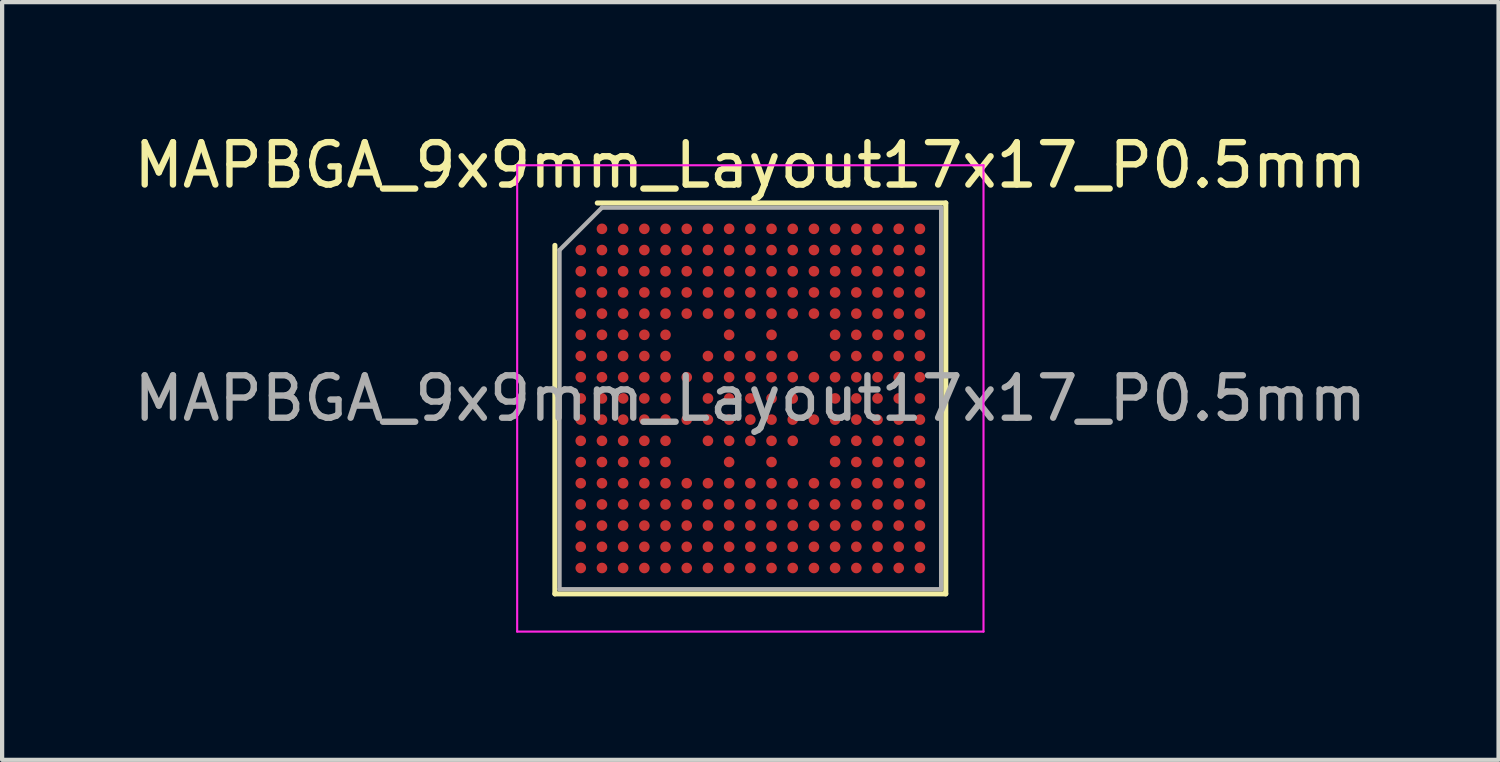
<source format=kicad_pcb>
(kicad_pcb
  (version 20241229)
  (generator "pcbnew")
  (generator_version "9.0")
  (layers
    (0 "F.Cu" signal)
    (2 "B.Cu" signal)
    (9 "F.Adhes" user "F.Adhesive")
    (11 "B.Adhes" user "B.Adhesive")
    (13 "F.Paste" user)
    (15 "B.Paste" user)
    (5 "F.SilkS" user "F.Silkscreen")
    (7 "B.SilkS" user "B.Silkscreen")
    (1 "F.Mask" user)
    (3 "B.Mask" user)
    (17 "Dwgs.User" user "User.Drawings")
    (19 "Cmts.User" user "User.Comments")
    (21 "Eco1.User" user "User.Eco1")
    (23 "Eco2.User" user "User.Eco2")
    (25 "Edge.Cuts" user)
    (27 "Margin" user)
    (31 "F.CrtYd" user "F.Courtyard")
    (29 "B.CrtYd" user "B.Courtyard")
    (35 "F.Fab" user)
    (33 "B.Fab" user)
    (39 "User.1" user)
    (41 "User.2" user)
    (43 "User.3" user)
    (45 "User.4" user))
  (footprint "MAPBGA_9x9mm_Layout17x17_P0.5mm"
    (layer "F.Cu")
    (at 14.649 6.348)
    (property "Reference" "MAPBGA_9x9mm_Layout17x17_P0.5mm" (at 0 -5.5 0) (layer "F.SilkS") (effects (font (size 1 1) (thickness 0.15))))
    (attr smd)
    (fp_line (start -4.61 4.61) (end -4.61 -3.61) (stroke (width 0.12) (type solid)) (layer "F.SilkS"))
    (fp_line (start -3.61 -4.61) (end 4.61 -4.61) (stroke (width 0.12) (type solid)) (layer "F.SilkS"))
    (fp_line (start 4.61 -4.61) (end 4.61 4.61) (stroke (width 0.12) (type solid)) (layer "F.SilkS"))
    (fp_line (start 4.61 4.61) (end -4.61 4.61) (stroke (width 0.12) (type solid)) (layer "F.SilkS"))
    (fp_line (start -5.5 -5.5) (end -5.5 5.5) (stroke (width 0.05) (type solid)) (layer "F.CrtYd"))
    (fp_line (start -5.5 5.5) (end 5.5 5.5) (stroke (width 0.05) (type solid)) (layer "F.CrtYd"))
    (fp_line (start 5.5 -5.5) (end -5.5 -5.5) (stroke (width 0.05) (type solid)) (layer "F.CrtYd"))
    (fp_line (start 5.5 5.5) (end 5.5 -5.5) (stroke (width 0.05) (type solid)) (layer "F.CrtYd"))
    (fp_line (start -4.5 -3.5) (end -3.5 -4.5) (stroke (width 0.1) (type solid)) (layer "F.Fab"))
    (fp_line (start -4.5 4.5) (end -4.5 -3.5) (stroke (width 0.1) (type solid)) (layer "F.Fab"))
    (fp_line (start -3.5 -4.5) (end 4.5 -4.5) (stroke (width 0.1) (type solid)) (layer "F.Fab"))
    (fp_line (start 4.5 -4.5) (end 4.5 4.5) (stroke (width 0.1) (type solid)) (layer "F.Fab"))
    (fp_line (start 4.5 4.5) (end -4.5 4.5) (stroke (width 0.1) (type solid)) (layer "F.Fab"))
    (fp_text user "${REFERENCE}" (at 0 0 0) (layer "F.Fab") (effects (font (size 1 1) (thickness 0.15))))
    (pad "A2" smd circle (at -3.5 -4) (size 0.25 0.25) (layers "F.Cu" "F.Mask" "F.Paste"))
    (pad "A3" smd circle (at -3 -4) (size 0.25 0.25) (layers "F.Cu" "F.Mask" "F.Paste"))
    (pad "A4" smd circle (at -2.5 -4) (size 0.25 0.25) (layers "F.Cu" "F.Mask" "F.Paste"))
    (pad "A5" smd circle (at -2 -4) (size 0.25 0.25) (layers "F.Cu" "F.Mask" "F.Paste"))
    (pad "A6" smd circle (at -1.5 -4) (size 0.25 0.25) (layers "F.Cu" "F.Mask" "F.Paste"))
    (pad "A7" smd circle (at -1 -4) (size 0.25 0.25) (layers "F.Cu" "F.Mask" "F.Paste"))
    (pad "A8" smd circle (at -0.5 -4) (size 0.25 0.25) (layers "F.Cu" "F.Mask" "F.Paste"))
    (pad "A9" smd circle (at 0 -4) (size 0.25 0.25) (layers "F.Cu" "F.Mask" "F.Paste"))
    (pad "A10" smd circle (at 0.5 -4) (size 0.25 0.25) (layers "F.Cu" "F.Mask" "F.Paste"))
    (pad "A11" smd circle (at 1 -4) (size 0.25 0.25) (layers "F.Cu" "F.Mask" "F.Paste"))
    (pad "A12" smd circle (at 1.5 -4) (size 0.25 0.25) (layers "F.Cu" "F.Mask" "F.Paste"))
    (pad "A13" smd circle (at 2 -4) (size 0.25 0.25) (layers "F.Cu" "F.Mask" "F.Paste"))
    (pad "A14" smd circle (at 2.5 -4) (size 0.25 0.25) (layers "F.Cu" "F.Mask" "F.Paste"))
    (pad "A15" smd circle (at 3 -4) (size 0.25 0.25) (layers "F.Cu" "F.Mask" "F.Paste"))
    (pad "A16" smd circle (at 3.5 -4) (size 0.25 0.25) (layers "F.Cu" "F.Mask" "F.Paste"))
    (pad "A17" smd circle (at 4 -4) (size 0.25 0.25) (layers "F.Cu" "F.Mask" "F.Paste"))
    (pad "B1" smd circle (at -4 -3.5) (size 0.25 0.25) (layers "F.Cu" "F.Mask" "F.Paste"))
    (pad "B2" smd circle (at -3.5 -3.5) (size 0.25 0.25) (layers "F.Cu" "F.Mask" "F.Paste"))
    (pad "B3" smd circle (at -3 -3.5) (size 0.25 0.25) (layers "F.Cu" "F.Mask" "F.Paste"))
    (pad "B4" smd circle (at -2.5 -3.5) (size 0.25 0.25) (layers "F.Cu" "F.Mask" "F.Paste"))
    (pad "B5" smd circle (at -2 -3.5) (size 0.25 0.25) (layers "F.Cu" "F.Mask" "F.Paste"))
    (pad "B6" smd circle (at -1.5 -3.5) (size 0.25 0.25) (layers "F.Cu" "F.Mask" "F.Paste"))
    (pad "B7" smd circle (at -1 -3.5) (size 0.25 0.25) (layers "F.Cu" "F.Mask" "F.Paste"))
    (pad "B8" smd circle (at -0.5 -3.5) (size 0.25 0.25) (layers "F.Cu" "F.Mask" "F.Paste"))
    (pad "B9" smd circle (at 0 -3.5) (size 0.25 0.25) (layers "F.Cu" "F.Mask" "F.Paste"))
    (pad "B10" smd circle (at 0.5 -3.5) (size 0.25 0.25) (layers "F.Cu" "F.Mask" "F.Paste"))
    (pad "B11" smd circle (at 1 -3.5) (size 0.25 0.25) (layers "F.Cu" "F.Mask" "F.Paste"))
    (pad "B12" smd circle (at 1.5 -3.5) (size 0.25 0.25) (layers "F.Cu" "F.Mask" "F.Paste"))
    (pad "B13" smd circle (at 2 -3.5) (size 0.25 0.25) (layers "F.Cu" "F.Mask" "F.Paste"))
    (pad "B14" smd circle (at 2.5 -3.5) (size 0.25 0.25) (layers "F.Cu" "F.Mask" "F.Paste"))
    (pad "B15" smd circle (at 3 -3.5) (size 0.25 0.25) (layers "F.Cu" "F.Mask" "F.Paste"))
    (pad "B16" smd circle (at 3.5 -3.5) (size 0.25 0.25) (layers "F.Cu" "F.Mask" "F.Paste"))
    (pad "B17" smd circle (at 4 -3.5) (size 0.25 0.25) (layers "F.Cu" "F.Mask" "F.Paste"))
    (pad "C1" smd circle (at -4 -3) (size 0.25 0.25) (layers "F.Cu" "F.Mask" "F.Paste"))
    (pad "C2" smd circle (at -3.5 -3) (size 0.25 0.25) (layers "F.Cu" "F.Mask" "F.Paste"))
    (pad "C3" smd circle (at -3 -3) (size 0.25 0.25) (layers "F.Cu" "F.Mask" "F.Paste"))
    (pad "C4" smd circle (at -2.5 -3) (size 0.25 0.25) (layers "F.Cu" "F.Mask" "F.Paste"))
    (pad "C5" smd circle (at -2 -3) (size 0.25 0.25) (layers "F.Cu" "F.Mask" "F.Paste"))
    (pad "C6" smd circle (at -1.5 -3) (size 0.25 0.25) (layers "F.Cu" "F.Mask" "F.Paste"))
    (pad "C7" smd circle (at -1 -3) (size 0.25 0.25) (layers "F.Cu" "F.Mask" "F.Paste"))
    (pad "C8" smd circle (at -0.5 -3) (size 0.25 0.25) (layers "F.Cu" "F.Mask" "F.Paste"))
    (pad "C9" smd circle (at 0 -3) (size 0.25 0.25) (layers "F.Cu" "F.Mask" "F.Paste"))
    (pad "C10" smd circle (at 0.5 -3) (size 0.25 0.25) (layers "F.Cu" "F.Mask" "F.Paste"))
    (pad "C11" smd circle (at 1 -3) (size 0.25 0.25) (layers "F.Cu" "F.Mask" "F.Paste"))
    (pad "C12" smd circle (at 1.5 -3) (size 0.25 0.25) (layers "F.Cu" "F.Mask" "F.Paste"))
    (pad "C13" smd circle (at 2 -3) (size 0.25 0.25) (layers "F.Cu" "F.Mask" "F.Paste"))
    (pad "C14" smd circle (at 2.5 -3) (size 0.25 0.25) (layers "F.Cu" "F.Mask" "F.Paste"))
    (pad "C15" smd circle (at 3 -3) (size 0.25 0.25) (layers "F.Cu" "F.Mask" "F.Paste"))
    (pad "C16" smd circle (at 3.5 -3) (size 0.25 0.25) (layers "F.Cu" "F.Mask" "F.Paste"))
    (pad "C17" smd circle (at 4 -3) (size 0.25 0.25) (layers "F.Cu" "F.Mask" "F.Paste"))
    (pad "D1" smd circle (at -4 -2.5) (size 0.25 0.25) (layers "F.Cu" "F.Mask" "F.Paste"))
    (pad "D2" smd circle (at -3.5 -2.5) (size 0.25 0.25) (layers "F.Cu" "F.Mask" "F.Paste"))
    (pad "D3" smd circle (at -3 -2.5) (size 0.25 0.25) (layers "F.Cu" "F.Mask" "F.Paste"))
    (pad "D4" smd circle (at -2.5 -2.5) (size 0.25 0.25) (layers "F.Cu" "F.Mask" "F.Paste"))
    (pad "D5" smd circle (at -2 -2.5) (size 0.25 0.25) (layers "F.Cu" "F.Mask" "F.Paste"))
    (pad "D6" smd circle (at -1.5 -2.5) (size 0.25 0.25) (layers "F.Cu" "F.Mask" "F.Paste"))
    (pad "D7" smd circle (at -1 -2.5) (size 0.25 0.25) (layers "F.Cu" "F.Mask" "F.Paste"))
    (pad "D8" smd circle (at -0.5 -2.5) (size 0.25 0.25) (layers "F.Cu" "F.Mask" "F.Paste"))
    (pad "D9" smd circle (at 0 -2.5) (size 0.25 0.25) (layers "F.Cu" "F.Mask" "F.Paste"))
    (pad "D10" smd circle (at 0.5 -2.5) (size 0.25 0.25) (layers "F.Cu" "F.Mask" "F.Paste"))
    (pad "D11" smd circle (at 1 -2.5) (size 0.25 0.25) (layers "F.Cu" "F.Mask" "F.Paste"))
    (pad "D12" smd circle (at 1.5 -2.5) (size 0.25 0.25) (layers "F.Cu" "F.Mask" "F.Paste"))
    (pad "D13" smd circle (at 2 -2.5) (size 0.25 0.25) (layers "F.Cu" "F.Mask" "F.Paste"))
    (pad "D14" smd circle (at 2.5 -2.5) (size 0.25 0.25) (layers "F.Cu" "F.Mask" "F.Paste"))
    (pad "D15" smd circle (at 3 -2.5) (size 0.25 0.25) (layers "F.Cu" "F.Mask" "F.Paste"))
    (pad "D16" smd circle (at 3.5 -2.5) (size 0.25 0.25) (layers "F.Cu" "F.Mask" "F.Paste"))
    (pad "D17" smd circle (at 4 -2.5) (size 0.25 0.25) (layers "F.Cu" "F.Mask" "F.Paste"))
    (pad "E1" smd circle (at -4 -2) (size 0.25 0.25) (layers "F.Cu" "F.Mask" "F.Paste"))
    (pad "E2" smd circle (at -3.5 -2) (size 0.25 0.25) (layers "F.Cu" "F.Mask" "F.Paste"))
    (pad "E3" smd circle (at -3 -2) (size 0.25 0.25) (layers "F.Cu" "F.Mask" "F.Paste"))
    (pad "E4" smd circle (at -2.5 -2) (size 0.25 0.25) (layers "F.Cu" "F.Mask" "F.Paste"))
    (pad "E5" smd circle (at -2 -2) (size 0.25 0.25) (layers "F.Cu" "F.Mask" "F.Paste"))
    (pad "E6" smd circle (at -1.5 -2) (size 0.25 0.25) (layers "F.Cu" "F.Mask" "F.Paste"))
    (pad "E7" smd circle (at -1 -2) (size 0.25 0.25) (layers "F.Cu" "F.Mask" "F.Paste"))
    (pad "E8" smd circle (at -0.5 -2) (size 0.25 0.25) (layers "F.Cu" "F.Mask" "F.Paste"))
    (pad "E9" smd circle (at 0 -2) (size 0.25 0.25) (layers "F.Cu" "F.Mask" "F.Paste"))
    (pad "E10" smd circle (at 0.5 -2) (size 0.25 0.25) (layers "F.Cu" "F.Mask" "F.Paste"))
    (pad "E11" smd circle (at 1 -2) (size 0.25 0.25) (layers "F.Cu" "F.Mask" "F.Paste"))
    (pad "E12" smd circle (at 1.5 -2) (size 0.25 0.25) (layers "F.Cu" "F.Mask" "F.Paste"))
    (pad "E13" smd circle (at 2 -2) (size 0.25 0.25) (layers "F.Cu" "F.Mask" "F.Paste"))
    (pad "E14" smd circle (at 2.5 -2) (size 0.25 0.25) (layers "F.Cu" "F.Mask" "F.Paste"))
    (pad "E15" smd circle (at 3 -2) (size 0.25 0.25) (layers "F.Cu" "F.Mask" "F.Paste"))
    (pad "E16" smd circle (at 3.5 -2) (size 0.25 0.25) (layers "F.Cu" "F.Mask" "F.Paste"))
    (pad "E17" smd circle (at 4 -2) (size 0.25 0.25) (layers "F.Cu" "F.Mask" "F.Paste"))
    (pad "F1" smd circle (at -4 -1.5) (size 0.25 0.25) (layers "F.Cu" "F.Mask" "F.Paste"))
    (pad "F2" smd circle (at -3.5 -1.5) (size 0.25 0.25) (layers "F.Cu" "F.Mask" "F.Paste"))
    (pad "F3" smd circle (at -3 -1.5) (size 0.25 0.25) (layers "F.Cu" "F.Mask" "F.Paste"))
    (pad "F4" smd circle (at -2.5 -1.5) (size 0.25 0.25) (layers "F.Cu" "F.Mask" "F.Paste"))
    (pad "F5" smd circle (at -2 -1.5) (size 0.25 0.25) (layers "F.Cu" "F.Mask" "F.Paste"))
    (pad "F8" smd circle (at -0.5 -1.5) (size 0.25 0.25) (layers "F.Cu" "F.Mask" "F.Paste"))
    (pad "F10" smd circle (at 0.5 -1.5) (size 0.25 0.25) (layers "F.Cu" "F.Mask" "F.Paste"))
    (pad "F13" smd circle (at 2 -1.5) (size 0.25 0.25) (layers "F.Cu" "F.Mask" "F.Paste"))
    (pad "F14" smd circle (at 2.5 -1.5) (size 0.25 0.25) (layers "F.Cu" "F.Mask" "F.Paste"))
    (pad "F15" smd circle (at 3 -1.5) (size 0.25 0.25) (layers "F.Cu" "F.Mask" "F.Paste"))
    (pad "F16" smd circle (at 3.5 -1.5) (size 0.25 0.25) (layers "F.Cu" "F.Mask" "F.Paste"))
    (pad "F17" smd circle (at 4 -1.5) (size 0.25 0.25) (layers "F.Cu" "F.Mask" "F.Paste"))
    (pad "G1" smd circle (at -4 -1) (size 0.25 0.25) (layers "F.Cu" "F.Mask" "F.Paste"))
    (pad "G2" smd circle (at -3.5 -1) (size 0.25 0.25) (layers "F.Cu" "F.Mask" "F.Paste"))
    (pad "G3" smd circle (at -3 -1) (size 0.25 0.25) (layers "F.Cu" "F.Mask" "F.Paste"))
    (pad "G4" smd circle (at -2.5 -1) (size 0.25 0.25) (layers "F.Cu" "F.Mask" "F.Paste"))
    (pad "G5" smd circle (at -2 -1) (size 0.25 0.25) (layers "F.Cu" "F.Mask" "F.Paste"))
    (pad "G7" smd circle (at -1 -1) (size 0.25 0.25) (layers "F.Cu" "F.Mask" "F.Paste"))
    (pad "G8" smd circle (at -0.5 -1) (size 0.25 0.25) (layers "F.Cu" "F.Mask" "F.Paste"))
    (pad "G9" smd circle (at 0 -1) (size 0.25 0.25) (layers "F.Cu" "F.Mask" "F.Paste"))
    (pad "G10" smd circle (at 0.5 -1) (size 0.25 0.25) (layers "F.Cu" "F.Mask" "F.Paste"))
    (pad "G11" smd circle (at 1 -1) (size 0.25 0.25) (layers "F.Cu" "F.Mask" "F.Paste"))
    (pad "G13" smd circle (at 2 -1) (size 0.25 0.25) (layers "F.Cu" "F.Mask" "F.Paste"))
    (pad "G14" smd circle (at 2.5 -1) (size 0.25 0.25) (layers "F.Cu" "F.Mask" "F.Paste"))
    (pad "G15" smd circle (at 3 -1) (size 0.25 0.25) (layers "F.Cu" "F.Mask" "F.Paste"))
    (pad "G16" smd circle (at 3.5 -1) (size 0.25 0.25) (layers "F.Cu" "F.Mask" "F.Paste"))
    (pad "G17" smd circle (at 4 -1) (size 0.25 0.25) (layers "F.Cu" "F.Mask" "F.Paste"))
    (pad "H1" smd circle (at -4 -0.5) (size 0.25 0.25) (layers "F.Cu" "F.Mask" "F.Paste"))
    (pad "H2" smd circle (at -3.5 -0.5) (size 0.25 0.25) (layers "F.Cu" "F.Mask" "F.Paste"))
    (pad "H3" smd circle (at -3 -0.5) (size 0.25 0.25) (layers "F.Cu" "F.Mask" "F.Paste"))
    (pad "H4" smd circle (at -2.5 -0.5) (size 0.25 0.25) (layers "F.Cu" "F.Mask" "F.Paste"))
    (pad "H5" smd circle (at -2 -0.5) (size 0.25 0.25) (layers "F.Cu" "F.Mask" "F.Paste"))
    (pad "H6" smd circle (at -1.5 -0.5) (size 0.25 0.25) (layers "F.Cu" "F.Mask" "F.Paste"))
    (pad "H7" smd circle (at -1 -0.5) (size 0.25 0.25) (layers "F.Cu" "F.Mask" "F.Paste"))
    (pad "H8" smd circle (at -0.5 -0.5) (size 0.25 0.25) (layers "F.Cu" "F.Mask" "F.Paste"))
    (pad "H9" smd circle (at 0 -0.5) (size 0.25 0.25) (layers "F.Cu" "F.Mask" "F.Paste"))
    (pad "H10" smd circle (at 0.5 -0.5) (size 0.25 0.25) (layers "F.Cu" "F.Mask" "F.Paste"))
    (pad "H11" smd circle (at 1 -0.5) (size 0.25 0.25) (layers "F.Cu" "F.Mask" "F.Paste"))
    (pad "H12" smd circle (at 1.5 -0.5) (size 0.25 0.25) (layers "F.Cu" "F.Mask" "F.Paste"))
    (pad "H13" smd circle (at 2 -0.5) (size 0.25 0.25) (layers "F.Cu" "F.Mask" "F.Paste"))
    (pad "H14" smd circle (at 2.5 -0.5) (size 0.25 0.25) (layers "F.Cu" "F.Mask" "F.Paste"))
    (pad "H15" smd circle (at 3 -0.5) (size 0.25 0.25) (layers "F.Cu" "F.Mask" "F.Paste"))
    (pad "H16" smd circle (at 3.5 -0.5) (size 0.25 0.25) (layers "F.Cu" "F.Mask" "F.Paste"))
    (pad "H17" smd circle (at 4 -0.5) (size 0.25 0.25) (layers "F.Cu" "F.Mask" "F.Paste"))
    (pad "J1" smd circle (at -4 0) (size 0.25 0.25) (layers "F.Cu" "F.Mask" "F.Paste"))
    (pad "J2" smd circle (at -3.5 0) (size 0.25 0.25) (layers "F.Cu" "F.Mask" "F.Paste"))
    (pad "J3" smd circle (at -3 0) (size 0.25 0.25) (layers "F.Cu" "F.Mask" "F.Paste"))
    (pad "J4" smd circle (at -2.5 0) (size 0.25 0.25) (layers "F.Cu" "F.Mask" "F.Paste"))
    (pad "J5" smd circle (at -2 0) (size 0.25 0.25) (layers "F.Cu" "F.Mask" "F.Paste"))
    (pad "J7" smd circle (at -1 0) (size 0.25 0.25) (layers "F.Cu" "F.Mask" "F.Paste"))
    (pad "J8" smd circle (at -0.5 0) (size 0.25 0.25) (layers "F.Cu" "F.Mask" "F.Paste"))
    (pad "J9" smd circle (at 0 0) (size 0.25 0.25) (layers "F.Cu" "F.Mask" "F.Paste"))
    (pad "J10" smd circle (at 0.5 0) (size 0.25 0.25) (layers "F.Cu" "F.Mask" "F.Paste"))
    (pad "J11" smd circle (at 1 0) (size 0.25 0.25) (layers "F.Cu" "F.Mask" "F.Paste"))
    (pad "J13" smd circle (at 2 0) (size 0.25 0.25) (layers "F.Cu" "F.Mask" "F.Paste"))
    (pad "J14" smd circle (at 2.5 0) (size 0.25 0.25) (layers "F.Cu" "F.Mask" "F.Paste"))
    (pad "J15" smd circle (at 3 0) (size 0.25 0.25) (layers "F.Cu" "F.Mask" "F.Paste"))
    (pad "J16" smd circle (at 3.5 0) (size 0.25 0.25) (layers "F.Cu" "F.Mask" "F.Paste"))
    (pad "J17" smd circle (at 4 0) (size 0.25 0.25) (layers "F.Cu" "F.Mask" "F.Paste"))
    (pad "K1" smd circle (at -4 0.5) (size 0.25 0.25) (layers "F.Cu" "F.Mask" "F.Paste"))
    (pad "K2" smd circle (at -3.5 0.5) (size 0.25 0.25) (layers "F.Cu" "F.Mask" "F.Paste"))
    (pad "K3" smd circle (at -3 0.5) (size 0.25 0.25) (layers "F.Cu" "F.Mask" "F.Paste"))
    (pad "K4" smd circle (at -2.5 0.5) (size 0.25 0.25) (layers "F.Cu" "F.Mask" "F.Paste"))
    (pad "K5" smd circle (at -2 0.5) (size 0.25 0.25) (layers "F.Cu" "F.Mask" "F.Paste"))
    (pad "K6" smd circle (at -1.5 0.5) (size 0.25 0.25) (layers "F.Cu" "F.Mask" "F.Paste"))
    (pad "K7" smd circle (at -1 0.5) (size 0.25 0.25) (layers "F.Cu" "F.Mask" "F.Paste"))
    (pad "K8" smd circle (at -0.5 0.5) (size 0.25 0.25) (layers "F.Cu" "F.Mask" "F.Paste"))
    (pad "K9" smd circle (at 0 0.5) (size 0.25 0.25) (layers "F.Cu" "F.Mask" "F.Paste"))
    (pad "K10" smd circle (at 0.5 0.5) (size 0.25 0.25) (layers "F.Cu" "F.Mask" "F.Paste"))
    (pad "K11" smd circle (at 1 0.5) (size 0.25 0.25) (layers "F.Cu" "F.Mask" "F.Paste"))
    (pad "K12" smd circle (at 1.5 0.5) (size 0.25 0.25) (layers "F.Cu" "F.Mask" "F.Paste"))
    (pad "K13" smd circle (at 2 0.5) (size 0.25 0.25) (layers "F.Cu" "F.Mask" "F.Paste"))
    (pad "K14" smd circle (at 2.5 0.5) (size 0.25 0.25) (layers "F.Cu" "F.Mask" "F.Paste"))
    (pad "K15" smd circle (at 3 0.5) (size 0.25 0.25) (layers "F.Cu" "F.Mask" "F.Paste"))
    (pad "K16" smd circle (at 3.5 0.5) (size 0.25 0.25) (layers "F.Cu" "F.Mask" "F.Paste"))
    (pad "K17" smd circle (at 4 0.5) (size 0.25 0.25) (layers "F.Cu" "F.Mask" "F.Paste"))
    (pad "L1" smd circle (at -4 1) (size 0.25 0.25) (layers "F.Cu" "F.Mask" "F.Paste"))
    (pad "L2" smd circle (at -3.5 1) (size 0.25 0.25) (layers "F.Cu" "F.Mask" "F.Paste"))
    (pad "L3" smd circle (at -3 1) (size 0.25 0.25) (layers "F.Cu" "F.Mask" "F.Paste"))
    (pad "L4" smd circle (at -2.5 1) (size 0.25 0.25) (layers "F.Cu" "F.Mask" "F.Paste"))
    (pad "L5" smd circle (at -2 1) (size 0.25 0.25) (layers "F.Cu" "F.Mask" "F.Paste"))
    (pad "L7" smd circle (at -1 1) (size 0.25 0.25) (layers "F.Cu" "F.Mask" "F.Paste"))
    (pad "L8" smd circle (at -0.5 1) (size 0.25 0.25) (layers "F.Cu" "F.Mask" "F.Paste"))
    (pad "L9" smd circle (at 0 1) (size 0.25 0.25) (layers "F.Cu" "F.Mask" "F.Paste"))
    (pad "L10" smd circle (at 0.5 1) (size 0.25 0.25) (layers "F.Cu" "F.Mask" "F.Paste"))
    (pad "L11" smd circle (at 1 1) (size 0.25 0.25) (layers "F.Cu" "F.Mask" "F.Paste"))
    (pad "L13" smd circle (at 2 1) (size 0.25 0.25) (layers "F.Cu" "F.Mask" "F.Paste"))
    (pad "L14" smd circle (at 2.5 1) (size 0.25 0.25) (layers "F.Cu" "F.Mask" "F.Paste"))
    (pad "L15" smd circle (at 3 1) (size 0.25 0.25) (layers "F.Cu" "F.Mask" "F.Paste"))
    (pad "L16" smd circle (at 3.5 1) (size 0.25 0.25) (layers "F.Cu" "F.Mask" "F.Paste"))
    (pad "L17" smd circle (at 4 1) (size 0.25 0.25) (layers "F.Cu" "F.Mask" "F.Paste"))
    (pad "M1" smd circle (at -4 1.5) (size 0.25 0.25) (layers "F.Cu" "F.Mask" "F.Paste"))
    (pad "M2" smd circle (at -3.5 1.5) (size 0.25 0.25) (layers "F.Cu" "F.Mask" "F.Paste"))
    (pad "M3" smd circle (at -3 1.5) (size 0.25 0.25) (layers "F.Cu" "F.Mask" "F.Paste"))
    (pad "M4" smd circle (at -2.5 1.5) (size 0.25 0.25) (layers "F.Cu" "F.Mask" "F.Paste"))
    (pad "M5" smd circle (at -2 1.5) (size 0.25 0.25) (layers "F.Cu" "F.Mask" "F.Paste"))
    (pad "M8" smd circle (at -0.5 1.5) (size 0.25 0.25) (layers "F.Cu" "F.Mask" "F.Paste"))
    (pad "M10" smd circle (at 0.5 1.5) (size 0.25 0.25) (layers "F.Cu" "F.Mask" "F.Paste"))
    (pad "M13" smd circle (at 2 1.5) (size 0.25 0.25) (layers "F.Cu" "F.Mask" "F.Paste"))
    (pad "M14" smd circle (at 2.5 1.5) (size 0.25 0.25) (layers "F.Cu" "F.Mask" "F.Paste"))
    (pad "M15" smd circle (at 3 1.5) (size 0.25 0.25) (layers "F.Cu" "F.Mask" "F.Paste"))
    (pad "M16" smd circle (at 3.5 1.5) (size 0.25 0.25) (layers "F.Cu" "F.Mask" "F.Paste"))
    (pad "M17" smd circle (at 4 1.5) (size 0.25 0.25) (layers "F.Cu" "F.Mask" "F.Paste"))
    (pad "N1" smd circle (at -4 2) (size 0.25 0.25) (layers "F.Cu" "F.Mask" "F.Paste"))
    (pad "N2" smd circle (at -3.5 2) (size 0.25 0.25) (layers "F.Cu" "F.Mask" "F.Paste"))
    (pad "N3" smd circle (at -3 2) (size 0.25 0.25) (layers "F.Cu" "F.Mask" "F.Paste"))
    (pad "N4" smd circle (at -2.5 2) (size 0.25 0.25) (layers "F.Cu" "F.Mask" "F.Paste"))
    (pad "N5" smd circle (at -2 2) (size 0.25 0.25) (layers "F.Cu" "F.Mask" "F.Paste"))
    (pad "N6" smd circle (at -1.5 2) (size 0.25 0.25) (layers "F.Cu" "F.Mask" "F.Paste"))
    (pad "N7" smd circle (at -1 2) (size 0.25 0.25) (layers "F.Cu" "F.Mask" "F.Paste"))
    (pad "N8" smd circle (at -0.5 2) (size 0.25 0.25) (layers "F.Cu" "F.Mask" "F.Paste"))
    (pad "N9" smd circle (at 0 2) (size 0.25 0.25) (layers "F.Cu" "F.Mask" "F.Paste"))
    (pad "N10" smd circle (at 0.5 2) (size 0.25 0.25) (layers "F.Cu" "F.Mask" "F.Paste"))
    (pad "N11" smd circle (at 1 2) (size 0.25 0.25) (layers "F.Cu" "F.Mask" "F.Paste"))
    (pad "N12" smd circle (at 1.5 2) (size 0.25 0.25) (layers "F.Cu" "F.Mask" "F.Paste"))
    (pad "N13" smd circle (at 2 2) (size 0.25 0.25) (layers "F.Cu" "F.Mask" "F.Paste"))
    (pad "N14" smd circle (at 2.5 2) (size 0.25 0.25) (layers "F.Cu" "F.Mask" "F.Paste"))
    (pad "N15" smd circle (at 3 2) (size 0.25 0.25) (layers "F.Cu" "F.Mask" "F.Paste"))
    (pad "N16" smd circle (at 3.5 2) (size 0.25 0.25) (layers "F.Cu" "F.Mask" "F.Paste"))
    (pad "N17" smd circle (at 4 2) (size 0.25 0.25) (layers "F.Cu" "F.Mask" "F.Paste"))
    (pad "P1" smd circle (at -4 2.5) (size 0.25 0.25) (layers "F.Cu" "F.Mask" "F.Paste"))
    (pad "P2" smd circle (at -3.5 2.5) (size 0.25 0.25) (layers "F.Cu" "F.Mask" "F.Paste"))
    (pad "P3" smd circle (at -3 2.5) (size 0.25 0.25) (layers "F.Cu" "F.Mask" "F.Paste"))
    (pad "P4" smd circle (at -2.5 2.5) (size 0.25 0.25) (layers "F.Cu" "F.Mask" "F.Paste"))
    (pad "P5" smd circle (at -2 2.5) (size 0.25 0.25) (layers "F.Cu" "F.Mask" "F.Paste"))
    (pad "P6" smd circle (at -1.5 2.5) (size 0.25 0.25) (layers "F.Cu" "F.Mask" "F.Paste"))
    (pad "P7" smd circle (at -1 2.5) (size 0.25 0.25) (layers "F.Cu" "F.Mask" "F.Paste"))
    (pad "P8" smd circle (at -0.5 2.5) (size 0.25 0.25) (layers "F.Cu" "F.Mask" "F.Paste"))
    (pad "P9" smd circle (at 0 2.5) (size 0.25 0.25) (layers "F.Cu" "F.Mask" "F.Paste"))
    (pad "P10" smd circle (at 0.5 2.5) (size 0.25 0.25) (layers "F.Cu" "F.Mask" "F.Paste"))
    (pad "P11" smd circle (at 1 2.5) (size 0.25 0.25) (layers "F.Cu" "F.Mask" "F.Paste"))
    (pad "P12" smd circle (at 1.5 2.5) (size 0.25 0.25) (layers "F.Cu" "F.Mask" "F.Paste"))
    (pad "P13" smd circle (at 2 2.5) (size 0.25 0.25) (layers "F.Cu" "F.Mask" "F.Paste"))
    (pad "P14" smd circle (at 2.5 2.5) (size 0.25 0.25) (layers "F.Cu" "F.Mask" "F.Paste"))
    (pad "P15" smd circle (at 3 2.5) (size 0.25 0.25) (layers "F.Cu" "F.Mask" "F.Paste"))
    (pad "P16" smd circle (at 3.5 2.5) (size 0.25 0.25) (layers "F.Cu" "F.Mask" "F.Paste"))
    (pad "P17" smd circle (at 4 2.5) (size 0.25 0.25) (layers "F.Cu" "F.Mask" "F.Paste"))
    (pad "R1" smd circle (at -4 3) (size 0.25 0.25) (layers "F.Cu" "F.Mask" "F.Paste"))
    (pad "R2" smd circle (at -3.5 3) (size 0.25 0.25) (layers "F.Cu" "F.Mask" "F.Paste"))
    (pad "R3" smd circle (at -3 3) (size 0.25 0.25) (layers "F.Cu" "F.Mask" "F.Paste"))
    (pad "R4" smd circle (at -2.5 3) (size 0.25 0.25) (layers "F.Cu" "F.Mask" "F.Paste"))
    (pad "R5" smd circle (at -2 3) (size 0.25 0.25) (layers "F.Cu" "F.Mask" "F.Paste"))
    (pad "R6" smd circle (at -1.5 3) (size 0.25 0.25) (layers "F.Cu" "F.Mask" "F.Paste"))
    (pad "R7" smd circle (at -1 3) (size 0.25 0.25) (layers "F.Cu" "F.Mask" "F.Paste"))
    (pad "R8" smd circle (at -0.5 3) (size 0.25 0.25) (layers "F.Cu" "F.Mask" "F.Paste"))
    (pad "R9" smd circle (at 0 3) (size 0.25 0.25) (layers "F.Cu" "F.Mask" "F.Paste"))
    (pad "R10" smd circle (at 0.5 3) (size 0.25 0.25) (layers "F.Cu" "F.Mask" "F.Paste"))
    (pad "R11" smd circle (at 1 3) (size 0.25 0.25) (layers "F.Cu" "F.Mask" "F.Paste"))
    (pad "R12" smd circle (at 1.5 3) (size 0.25 0.25) (layers "F.Cu" "F.Mask" "F.Paste"))
    (pad "R13" smd circle (at 2 3) (size 0.25 0.25) (layers "F.Cu" "F.Mask" "F.Paste"))
    (pad "R14" smd circle (at 2.5 3) (size 0.25 0.25) (layers "F.Cu" "F.Mask" "F.Paste"))
    (pad "R15" smd circle (at 3 3) (size 0.25 0.25) (layers "F.Cu" "F.Mask" "F.Paste"))
    (pad "R16" smd circle (at 3.5 3) (size 0.25 0.25) (layers "F.Cu" "F.Mask" "F.Paste"))
    (pad "R17" smd circle (at 4 3) (size 0.25 0.25) (layers "F.Cu" "F.Mask" "F.Paste"))
    (pad "T1" smd circle (at -4 3.5) (size 0.25 0.25) (layers "F.Cu" "F.Mask" "F.Paste"))
    (pad "T2" smd circle (at -3.5 3.5) (size 0.25 0.25) (layers "F.Cu" "F.Mask" "F.Paste"))
    (pad "T3" smd circle (at -3 3.5) (size 0.25 0.25) (layers "F.Cu" "F.Mask" "F.Paste"))
    (pad "T4" smd circle (at -2.5 3.5) (size 0.25 0.25) (layers "F.Cu" "F.Mask" "F.Paste"))
    (pad "T5" smd circle (at -2 3.5) (size 0.25 0.25) (layers "F.Cu" "F.Mask" "F.Paste"))
    (pad "T6" smd circle (at -1.5 3.5) (size 0.25 0.25) (layers "F.Cu" "F.Mask" "F.Paste"))
    (pad "T7" smd circle (at -1 3.5) (size 0.25 0.25) (layers "F.Cu" "F.Mask" "F.Paste"))
    (pad "T8" smd circle (at -0.5 3.5) (size 0.25 0.25) (layers "F.Cu" "F.Mask" "F.Paste"))
    (pad "T9" smd circle (at 0 3.5) (size 0.25 0.25) (layers "F.Cu" "F.Mask" "F.Paste"))
    (pad "T10" smd circle (at 0.5 3.5) (size 0.25 0.25) (layers "F.Cu" "F.Mask" "F.Paste"))
    (pad "T11" smd circle (at 1 3.5) (size 0.25 0.25) (layers "F.Cu" "F.Mask" "F.Paste"))
    (pad "T12" smd circle (at 1.5 3.5) (size 0.25 0.25) (layers "F.Cu" "F.Mask" "F.Paste"))
    (pad "T13" smd circle (at 2 3.5) (size 0.25 0.25) (layers "F.Cu" "F.Mask" "F.Paste"))
    (pad "T14" smd circle (at 2.5 3.5) (size 0.25 0.25) (layers "F.Cu" "F.Mask" "F.Paste"))
    (pad "T15" smd circle (at 3 3.5) (size 0.25 0.25) (layers "F.Cu" "F.Mask" "F.Paste"))
    (pad "T16" smd circle (at 3.5 3.5) (size 0.25 0.25) (layers "F.Cu" "F.Mask" "F.Paste"))
    (pad "T17" smd circle (at 4 3.5) (size 0.25 0.25) (layers "F.Cu" "F.Mask" "F.Paste"))
    (pad "U1" smd circle (at -4 4) (size 0.25 0.25) (layers "F.Cu" "F.Mask" "F.Paste"))
    (pad "U2" smd circle (at -3.5 4) (size 0.25 0.25) (layers "F.Cu" "F.Mask" "F.Paste"))
    (pad "U3" smd circle (at -3 4) (size 0.25 0.25) (layers "F.Cu" "F.Mask" "F.Paste"))
    (pad "U4" smd circle (at -2.5 4) (size 0.25 0.25) (layers "F.Cu" "F.Mask" "F.Paste"))
    (pad "U5" smd circle (at -2 4) (size 0.25 0.25) (layers "F.Cu" "F.Mask" "F.Paste"))
    (pad "U6" smd circle (at -1.5 4) (size 0.25 0.25) (layers "F.Cu" "F.Mask" "F.Paste"))
    (pad "U7" smd circle (at -1 4) (size 0.25 0.25) (layers "F.Cu" "F.Mask" "F.Paste"))
    (pad "U8" smd circle (at -0.5 4) (size 0.25 0.25) (layers "F.Cu" "F.Mask" "F.Paste"))
    (pad "U9" smd circle (at 0 4) (size 0.25 0.25) (layers "F.Cu" "F.Mask" "F.Paste"))
    (pad "U10" smd circle (at 0.5 4) (size 0.25 0.25) (layers "F.Cu" "F.Mask" "F.Paste"))
    (pad "U11" smd circle (at 1 4) (size 0.25 0.25) (layers "F.Cu" "F.Mask" "F.Paste"))
    (pad "U12" smd circle (at 1.5 4) (size 0.25 0.25) (layers "F.Cu" "F.Mask" "F.Paste"))
    (pad "U13" smd circle (at 2 4) (size 0.25 0.25) (layers "F.Cu" "F.Mask" "F.Paste"))
    (pad "U14" smd circle (at 2.5 4) (size 0.25 0.25) (layers "F.Cu" "F.Mask" "F.Paste"))
    (pad "U15" smd circle (at 3 4) (size 0.25 0.25) (layers "F.Cu" "F.Mask" "F.Paste"))
    (pad "U16" smd circle (at 3.5 4) (size 0.25 0.25) (layers "F.Cu" "F.Mask" "F.Paste"))
    (pad "U17" smd circle (at 4 4) (size 0.25 0.25) (layers "F.Cu" "F.Mask" "F.Paste")))
  (gr_rect
    (start -3 -3)
    (end 32.298 14.873)
    (stroke (width 0.1) (type default))
    (fill no)
    (layer "Edge.Cuts")))
</source>
